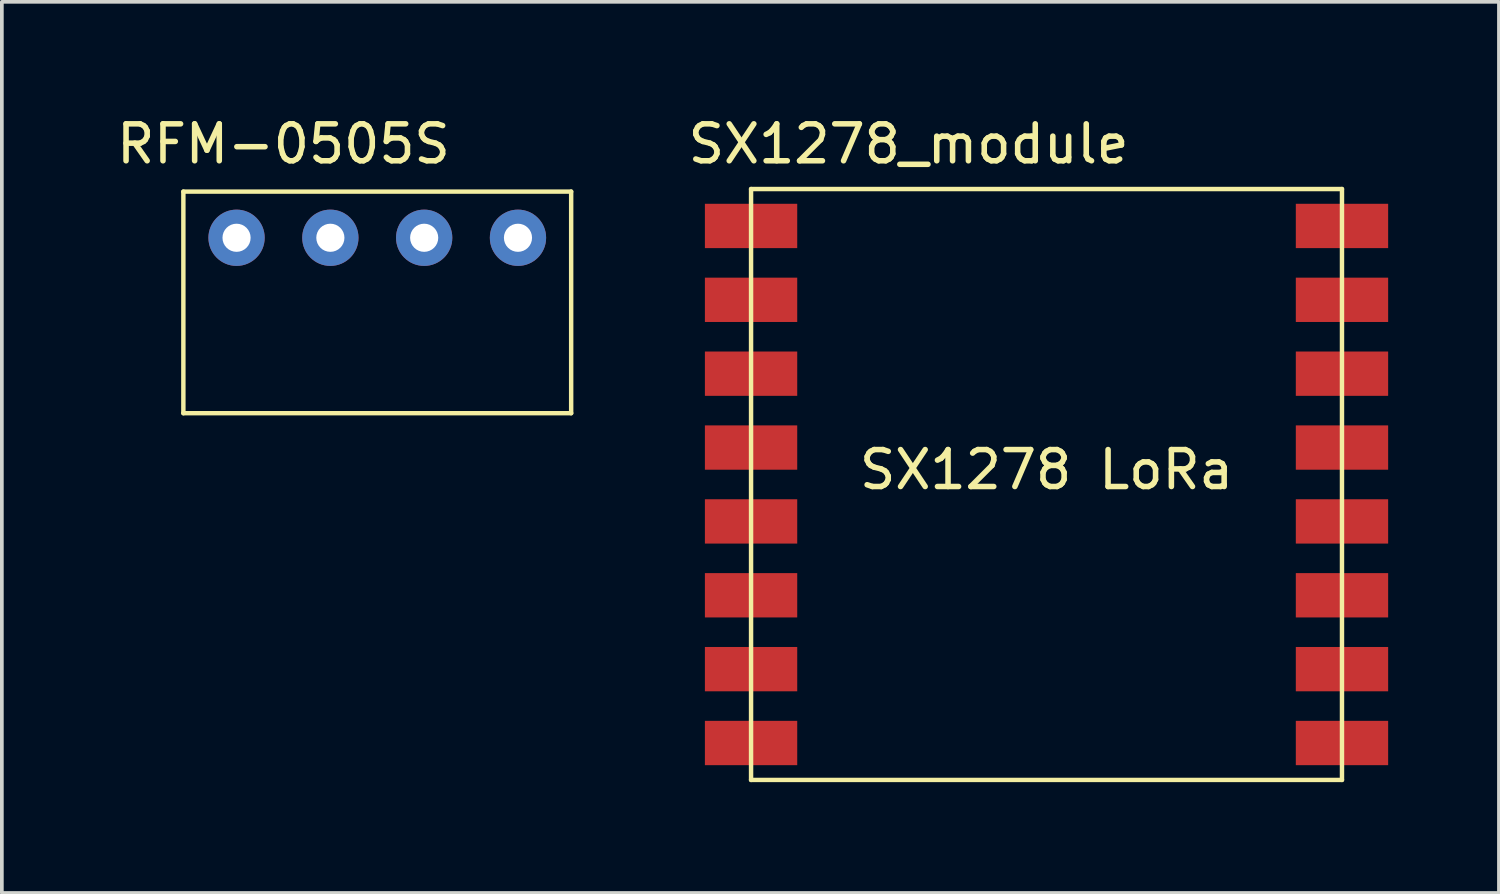
<source format=kicad_pcb>
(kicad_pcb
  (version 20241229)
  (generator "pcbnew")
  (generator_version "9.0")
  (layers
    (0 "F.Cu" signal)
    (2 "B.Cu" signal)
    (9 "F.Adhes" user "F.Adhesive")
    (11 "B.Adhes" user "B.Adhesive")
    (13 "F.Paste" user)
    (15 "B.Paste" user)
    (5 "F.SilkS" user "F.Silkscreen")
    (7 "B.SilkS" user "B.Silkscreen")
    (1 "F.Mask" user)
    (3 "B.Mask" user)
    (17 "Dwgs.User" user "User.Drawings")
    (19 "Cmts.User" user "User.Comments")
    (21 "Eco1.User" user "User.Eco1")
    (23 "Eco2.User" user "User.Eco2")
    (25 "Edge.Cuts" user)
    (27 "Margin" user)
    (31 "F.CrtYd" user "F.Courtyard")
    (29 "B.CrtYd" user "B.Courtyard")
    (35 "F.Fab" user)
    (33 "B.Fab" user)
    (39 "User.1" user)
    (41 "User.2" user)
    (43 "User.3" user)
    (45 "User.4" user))
  (footprint "SX1278_module"
    (layer "F.Cu")
    (at 25.286 5.268)
    (property "Reference" "SX1278_module" (at -3.734 -4.42 0) (layer "F.SilkS") (effects (font (size 1 1) (thickness 0.15))))
    (attr through_hole)
    (fp_line (start -8 -3.2) (end 8 -3.2) (stroke (width 0.12) (type solid)) (layer "F.SilkS"))
    (fp_line (start -8 12.8) (end -8 -3.2) (stroke (width 0.12) (type solid)) (layer "F.SilkS"))
    (fp_line (start 8 -3.2) (end 8 12.8) (stroke (width 0.12) (type solid)) (layer "F.SilkS"))
    (fp_line (start 8 12.8) (end -8 12.8) (stroke (width 0.12) (type solid)) (layer "F.SilkS"))
    (fp_text user "SX1278 LoRa" (at 0 4.4 0) (layer "F.SilkS") (effects (font (size 1 1) (thickness 0.15))))
    (pad "1" smd rect (at -8 -2.2) (size 2.5 1.2) (layers "F.Cu" "F.Mask" "F.Paste"))
    (pad "2" smd rect (at -8 -0.2) (size 2.5 1.2) (layers "F.Cu" "F.Mask" "F.Paste"))
    (pad "3" smd rect (at -8 3.8) (size 2.5 1.2) (layers "F.Cu" "F.Mask" "F.Paste"))
    (pad "4" smd rect (at -8 1.8) (size 2.5 1.2) (layers "F.Cu" "F.Mask" "F.Paste"))
    (pad "5" smd rect (at -8 5.8) (size 2.5 1.2) (layers "F.Cu" "F.Mask" "F.Paste"))
    (pad "6" smd rect (at -8 7.8) (size 2.5 1.2) (layers "F.Cu" "F.Mask" "F.Paste"))
    (pad "7" smd rect (at -8 9.8) (size 2.5 1.2) (layers "F.Cu" "F.Mask" "F.Paste"))
    (pad "8" smd rect (at -8 11.8) (size 2.5 1.2) (layers "F.Cu" "F.Mask" "F.Paste"))
    (pad "9" smd rect (at 8 11.8) (size 2.5 1.2) (layers "F.Cu" "F.Mask" "F.Paste"))
    (pad "10" smd rect (at 8 9.8) (size 2.5 1.2) (layers "F.Cu" "F.Mask" "F.Paste"))
    (pad "11" smd rect (at 8 7.8) (size 2.5 1.2) (layers "F.Cu" "F.Mask" "F.Paste"))
    (pad "12" smd rect (at 8 5.8) (size 2.5 1.2) (layers "F.Cu" "F.Mask" "F.Paste"))
    (pad "13" smd rect (at 8 3.8) (size 2.5 1.2) (layers "F.Cu" "F.Mask" "F.Paste"))
    (pad "14" smd rect (at 8 1.8) (size 2.5 1.2) (layers "F.Cu" "F.Mask" "F.Paste"))
    (pad "15" smd rect (at 8 -2.2) (size 2.5 1.2) (layers "F.Cu" "F.Mask" "F.Paste"))
    (pad "16" smd rect (at 8 -0.2) (size 2.5 1.2) (layers "F.Cu" "F.Mask" "F.Paste")))
  (footprint "RFM-0505S"
    (layer "F.Cu")
    (at 7.165 3.388)
    (property "Reference" "RFM-0505S" (at -2.54 -2.54 0) (layer "F.SilkS") (effects (font (size 1 1) (thickness 0.15))))
    (attr through_hole)
    (fp_line (start -5.25 -1.25) (end 5.25 -1.25) (stroke (width 0.12) (type solid)) (layer "F.SilkS"))
    (fp_line (start -5.25 4.75) (end -5.25 -1.25) (stroke (width 0.12) (type solid)) (layer "F.SilkS"))
    (fp_line (start 5.25 -1.25) (end 5.25 4.75) (stroke (width 0.12) (type solid)) (layer "F.SilkS"))
    (fp_line (start 5.25 4.75) (end -5.25 4.75) (stroke (width 0.12) (type solid)) (layer "F.SilkS"))
    (pad "1" thru_hole circle (at -3.81 0) (size 1.524 1.524) (drill 0.762) (layers "*.Cu" "*.Mask"))
    (pad "2" thru_hole circle (at -1.27 0) (size 1.524 1.524) (drill 0.762) (layers "*.Cu" "*.Mask"))
    (pad "3" thru_hole circle (at 1.27 0) (size 1.524 1.524) (drill 0.762) (layers "*.Cu" "*.Mask"))
    (pad "4" thru_hole circle (at 3.81 0) (size 1.524 1.524) (drill 0.762) (layers "*.Cu" "*.Mask")))
  (gr_rect
    (start -3 -3)
    (end 37.536 21.128)
    (stroke (width 0.1) (type default))
    (fill no)
    (layer "Edge.Cuts")))
</source>
